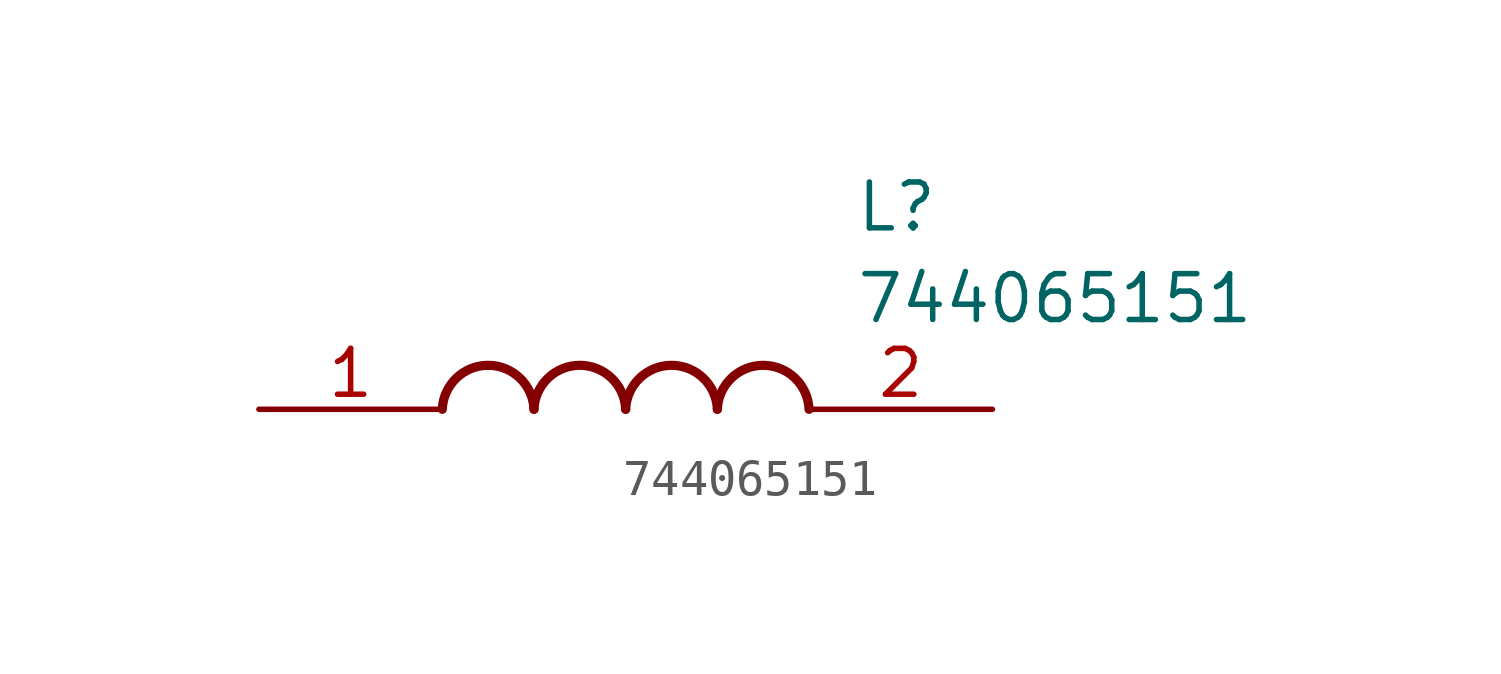
<source format=kicad_sym>
(kicad_symbol_lib
  (version 20211014)
  (generator SamacSys_ECAD_Model)
  (symbol "744065151"
    (pin_names hide)
    (property "Reference" "L"
      (at 16.51 6.35 0)
      (effects (font (size 1.27 1.27)) (justify left top)))
    (property "Value" "744065151"
      (at 16.51 3.81 0)
      (effects (font (size 1.27 1.27)) (justify left top)))
    (arc
      (start 7.62 0)
      (mid 6.35 1.219)
      (end 5.08 0)
      (stroke (width 0.254) (type default))
      (fill (type none)))
    (arc
      (start 10.16 0)
      (mid 8.89 1.219)
      (end 7.62 0)
      (stroke (width 0.254) (type default))
      (fill (type none)))
    (arc
      (start 12.7 0)
      (mid 11.43 1.219)
      (end 10.16 0)
      (stroke (width 0.254) (type default))
      (fill (type none)))
    (arc
      (start 15.24 0)
      (mid 13.97 1.219)
      (end 12.7 0)
      (stroke (width 0.254) (type default))
      (fill (type none)))
    (pin passive line
      (at 0 0 0)
      (length 5.08)
      (name "1" (effects (font (size 1.27 1.27))))
      (number "1" (effects (font (size 1.27 1.27)))))
    (pin passive line
      (at 20.32 0 180)
      (length 5.08)
      (name "2" (effects (font (size 1.27 1.27))))
      (number "2" (effects (font (size 1.27 1.27)))))))
</source>
